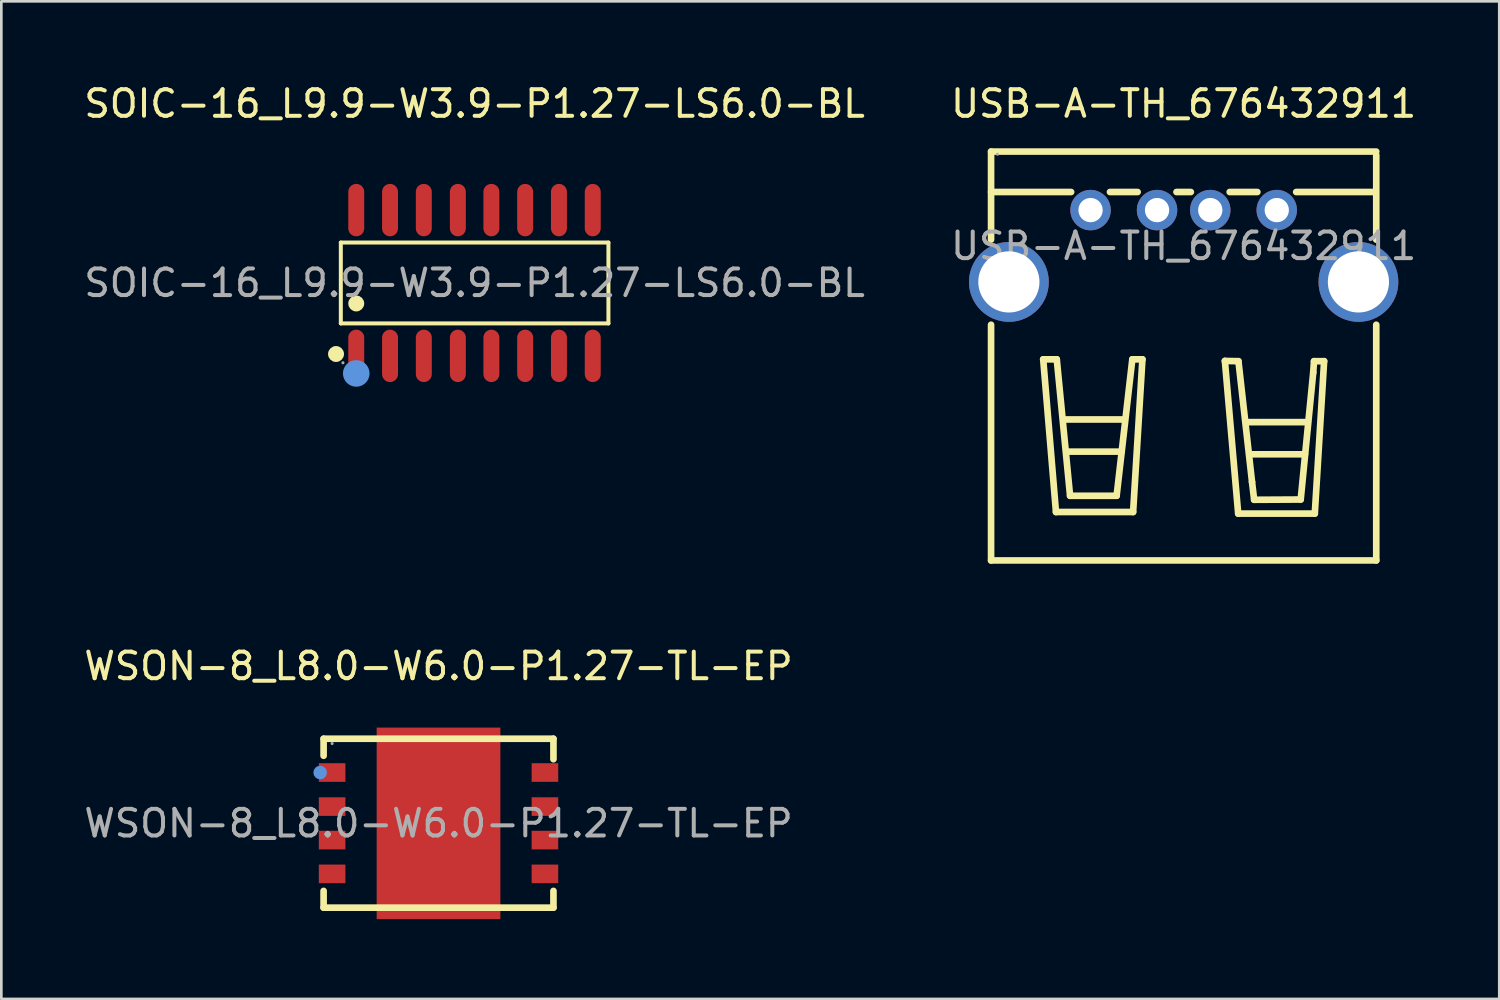
<source format=kicad_pcb>
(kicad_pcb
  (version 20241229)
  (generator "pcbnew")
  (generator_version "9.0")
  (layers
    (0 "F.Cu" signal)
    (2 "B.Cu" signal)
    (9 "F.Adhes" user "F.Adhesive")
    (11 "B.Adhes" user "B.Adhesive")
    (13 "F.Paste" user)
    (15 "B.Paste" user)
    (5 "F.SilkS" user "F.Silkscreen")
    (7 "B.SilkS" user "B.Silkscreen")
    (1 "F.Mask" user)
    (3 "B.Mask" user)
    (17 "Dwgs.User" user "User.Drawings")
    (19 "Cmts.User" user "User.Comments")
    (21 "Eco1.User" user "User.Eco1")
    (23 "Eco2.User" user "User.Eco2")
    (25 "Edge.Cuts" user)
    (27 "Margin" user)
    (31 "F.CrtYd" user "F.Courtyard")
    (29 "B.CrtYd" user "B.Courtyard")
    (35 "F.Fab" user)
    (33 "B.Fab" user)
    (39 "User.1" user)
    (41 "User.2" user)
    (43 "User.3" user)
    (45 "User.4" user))
  (footprint "SOIC-16_L9.9-W3.9-P1.27-LS6.0-BL"
    (layer "F.Cu")
    (at 14.792 7.588)
    (property "Reference" "SOIC-16_L9.9-W3.9-P1.27-LS6.0-BL" (at 0 -6.74 0) (layer "F.SilkS") (effects (font (size 1 1) (thickness 0.15))))
    (attr smd)
    (fp_line (start -5.03 -1.52) (end 5.03 -1.52) (stroke (width 0.15) (type solid)) (layer "F.SilkS"))
    (fp_line (start -5.03 1.52) (end -5.03 -1.52) (stroke (width 0.15) (type solid)) (layer "F.SilkS"))
    (fp_line (start 5.03 -1.52) (end 5.03 1.52) (stroke (width 0.15) (type solid)) (layer "F.SilkS"))
    (fp_line (start 5.03 1.52) (end -5.03 1.52) (stroke (width 0.15) (type solid)) (layer "F.SilkS"))
    (fp_circle (center -5.21 2.67) (end -5.06 2.67) (stroke (width 0.3) (type solid)) (fill no) (layer "F.SilkS"))
    (fp_circle (center -4.45 0.77) (end -4.3 0.77) (stroke (width 0.3) (type solid)) (fill no) (layer "F.SilkS"))
    (fp_circle (center -4.45 3.4) (end -4.2 3.4) (stroke (width 0.5) (type solid)) (fill no) (layer "Cmts.User"))
    (fp_circle (center -4.95 3) (end -4.92 3) (stroke (width 0.06) (type solid)) (fill no) (layer "F.Fab"))
    (fp_text user "${REFERENCE}" (at 0 0 0) (layer "F.Fab") (effects (font (size 1 1) (thickness 0.15))))
    (pad "1" smd oval (at -4.45 2.74) (size 0.6 1.97) (layers "F.Cu" "F.Mask" "F.Paste"))
    (pad "2" smd oval (at -3.18 2.74) (size 0.6 1.97) (layers "F.Cu" "F.Mask" "F.Paste"))
    (pad "3" smd oval (at -1.91 2.74) (size 0.6 1.97) (layers "F.Cu" "F.Mask" "F.Paste"))
    (pad "4" smd oval (at -0.63 2.74) (size 0.6 1.97) (layers "F.Cu" "F.Mask" "F.Paste"))
    (pad "5" smd oval (at 0.63 2.74) (size 0.6 1.97) (layers "F.Cu" "F.Mask" "F.Paste"))
    (pad "6" smd oval (at 1.9 2.74) (size 0.6 1.97) (layers "F.Cu" "F.Mask" "F.Paste"))
    (pad "7" smd oval (at 3.17 2.74) (size 0.6 1.97) (layers "F.Cu" "F.Mask" "F.Paste"))
    (pad "8" smd oval (at 4.44 2.74) (size 0.6 1.97) (layers "F.Cu" "F.Mask" "F.Paste"))
    (pad "9" smd oval (at 4.44 -2.74) (size 0.6 1.97) (layers "F.Cu" "F.Mask" "F.Paste"))
    (pad "10" smd oval (at 3.17 -2.74) (size 0.6 1.97) (layers "F.Cu" "F.Mask" "F.Paste"))
    (pad "11" smd oval (at 1.9 -2.74) (size 0.6 1.97) (layers "F.Cu" "F.Mask" "F.Paste"))
    (pad "12" smd oval (at 0.63 -2.74) (size 0.6 1.97) (layers "F.Cu" "F.Mask" "F.Paste"))
    (pad "13" smd oval (at -0.63 -2.74) (size 0.6 1.97) (layers "F.Cu" "F.Mask" "F.Paste"))
    (pad "14" smd oval (at -1.91 -2.74) (size 0.6 1.97) (layers "F.Cu" "F.Mask" "F.Paste"))
    (pad "15" smd oval (at -3.18 -2.74) (size 0.6 1.97) (layers "F.Cu" "F.Mask" "F.Paste"))
    (pad "16" smd oval (at -4.45 -2.74) (size 0.6 1.97) (layers "F.Cu" "F.Mask" "F.Paste")))
  (footprint "USB-A-TH_676432911"
    (layer "F.Cu")
    (at 41.446 6.198)
    (property "Reference" "USB-A-TH_676432911" (at 0 -5.35 0) (layer "F.SilkS") (effects (font (size 1 1) (thickness 0.15))))
    (attr through_hole)
    (fp_line (start -7.24 -3.55) (end -7.24 -0.24) (stroke (width 0.25) (type solid)) (layer "F.SilkS"))
    (fp_line (start -7.24 -3.55) (end 7.24 -3.55) (stroke (width 0.25) (type solid)) (layer "F.SilkS"))
    (fp_line (start -7.24 -2.03) (end -4.23 -2.03) (stroke (width 0.25) (type solid)) (layer "F.SilkS"))
    (fp_line (start -7.24 2.96) (end -7.24 11.82) (stroke (width 0.25) (type solid)) (layer "F.SilkS"))
    (fp_line (start -7.24 11.82) (end 7.24 11.82) (stroke (width 0.25) (type solid)) (layer "F.SilkS"))
    (fp_line (start -5.28 4.26) (end -4.77 4.26) (stroke (width 0.25) (type solid)) (layer "F.SilkS"))
    (fp_line (start -4.8 10) (end -5.28 4.26) (stroke (width 0.25) (type solid)) (layer "F.SilkS"))
    (fp_line (start -4.77 4.26) (end -4.27 9.39) (stroke (width 0.25) (type solid)) (layer "F.SilkS"))
    (fp_line (start -4.5 6.52) (end -2.24 6.52) (stroke (width 0.25) (type solid)) (layer "F.SilkS"))
    (fp_line (start -4.36 7.73) (end -2.33 7.73) (stroke (width 0.25) (type solid)) (layer "F.SilkS"))
    (fp_line (start -4.27 9.39) (end -2.52 9.39) (stroke (width 0.25) (type solid)) (layer "F.SilkS"))
    (fp_line (start -2.77 -2.03) (end -1.73 -2.03) (stroke (width 0.25) (type solid)) (layer "F.SilkS"))
    (fp_line (start -2.52 9.39) (end -1.93 4.26) (stroke (width 0.25) (type solid)) (layer "F.SilkS"))
    (fp_line (start -1.93 4.26) (end -1.55 4.26) (stroke (width 0.25) (type solid)) (layer "F.SilkS"))
    (fp_line (start -1.9 10) (end -4.8 10) (stroke (width 0.25) (type solid)) (layer "F.SilkS"))
    (fp_line (start -1.55 4.26) (end -1.9 10) (stroke (width 0.25) (type solid)) (layer "F.SilkS"))
    (fp_line (start -0.27 -2.03) (end 0.27 -2.03) (stroke (width 0.25) (type solid)) (layer "F.SilkS"))
    (fp_line (start 1.55 4.32) (end 2.06 4.33) (stroke (width 0.25) (type solid)) (layer "F.SilkS"))
    (fp_line (start 1.73 -2.03) (end 2.77 -2.03) (stroke (width 0.25) (type solid)) (layer "F.SilkS"))
    (fp_line (start 2.05 10.06) (end 1.55 4.32) (stroke (width 0.25) (type solid)) (layer "F.SilkS"))
    (fp_line (start 2.06 4.33) (end 2.57 8.87) (stroke (width 0.25) (type solid)) (layer "F.SilkS"))
    (fp_line (start 2.39 6.62) (end 4.65 6.62) (stroke (width 0.25) (type solid)) (layer "F.SilkS"))
    (fp_line (start 2.53 7.83) (end 4.56 7.83) (stroke (width 0.25) (type solid)) (layer "F.SilkS"))
    (fp_line (start 2.57 8.87) (end 2.65 9.54) (stroke (width 0.25) (type solid)) (layer "F.SilkS"))
    (fp_line (start 2.65 9.54) (end 4.4 9.53) (stroke (width 0.25) (type solid)) (layer "F.SilkS"))
    (fp_line (start 4.23 -2.03) (end 7.11 -2.03) (stroke (width 0.25) (type solid)) (layer "F.SilkS"))
    (fp_line (start 4.4 9.53) (end 4.87 4.76) (stroke (width 0.25) (type solid)) (layer "F.SilkS"))
    (fp_line (start 4.87 4.76) (end 4.9 4.33) (stroke (width 0.25) (type solid)) (layer "F.SilkS"))
    (fp_line (start 4.9 4.33) (end 5.28 4.33) (stroke (width 0.25) (type solid)) (layer "F.SilkS"))
    (fp_line (start 4.93 10.06) (end 2.05 10.06) (stroke (width 0.25) (type solid)) (layer "F.SilkS"))
    (fp_line (start 5.28 4.33) (end 4.93 10.06) (stroke (width 0.25) (type solid)) (layer "F.SilkS"))
    (fp_line (start 7.24 -0.24) (end 7.24 -3.42) (stroke (width 0.25) (type solid)) (layer "F.SilkS"))
    (fp_line (start 7.24 11.82) (end 7.24 2.96) (stroke (width 0.25) (type solid)) (layer "F.SilkS"))
    (fp_circle (center -7 -3.45) (end -6.97 -3.45) (stroke (width 0.06) (type solid)) (fill no) (layer "F.Fab"))
    (fp_text user "${REFERENCE}" (at 0 0 0) (layer "F.Fab") (effects (font (size 1 1) (thickness 0.15))))
    (pad "1" thru_hole circle (at -3.5 -1.35) (size 1.52 1.52) (drill 0.914) (layers "*.Cu" "*.Mask"))
    (pad "2" thru_hole circle (at -1 -1.35) (size 1.52 1.52) (drill 0.914) (layers "*.Cu" "*.Mask"))
    (pad "3" thru_hole circle (at 1 -1.35) (size 1.52 1.52) (drill 0.914) (layers "*.Cu" "*.Mask"))
    (pad "4" thru_hole circle (at 3.5 -1.35) (size 1.52 1.52) (drill 0.914) (layers "*.Cu" "*.Mask"))
    (pad "5" thru_hole circle (at -6.57 1.35) (size 3 3) (drill 2.3) (layers "*.Cu" "*.Mask"))
    (pad "5" thru_hole circle (at 6.57 1.35) (size 3 3) (drill 2.3) (layers "*.Cu" "*.Mask")))
  (footprint "WSON-8_L8.0-W6.0-P1.27-TL-EP"
    (layer "F.Cu")
    (at 13.435 27.901)
    (property "Reference" "WSON-8_L8.0-W6.0-P1.27-TL-EP" (at 0 -5.91 0) (layer "F.SilkS") (effects (font (size 1 1) (thickness 0.15))))
    (attr smd)
    (fp_line (start -4.32 -3.18) (end 4.32 -3.18) (stroke (width 0.25) (type solid)) (layer "F.SilkS"))
    (fp_line (start -4.32 -2.54) (end -4.32 -3.18) (stroke (width 0.25) (type solid)) (layer "F.SilkS"))
    (fp_line (start -4.32 2.54) (end -4.32 3.17) (stroke (width 0.25) (type solid)) (layer "F.SilkS"))
    (fp_line (start -4.32 3.17) (end 4.32 3.17) (stroke (width 0.25) (type solid)) (layer "F.SilkS"))
    (fp_line (start 4.32 -3.18) (end 4.32 -2.41) (stroke (width 0.25) (type solid)) (layer "F.SilkS"))
    (fp_line (start 4.32 3.17) (end 4.32 2.54) (stroke (width 0.25) (type solid)) (layer "F.SilkS"))
    (fp_circle (center -4.45 -1.91) (end -4.32 -1.91) (stroke (width 0.25) (type solid)) (fill no) (layer "Cmts.User"))
    (fp_circle (center -4 -3) (end -3.97 -3) (stroke (width 0.06) (type solid)) (fill no) (layer "F.Fab"))
    (fp_text user "${REFERENCE}" (at 0 0 0) (layer "F.Fab") (effects (font (size 1 1) (thickness 0.15))))
    (pad "1" smd rect (at -4 -1.91 270) (size 0.7 1) (layers "F.Cu" "F.Mask" "F.Paste"))
    (pad "2" smd rect (at -4 -0.63 270) (size 0.7 1) (layers "F.Cu" "F.Mask" "F.Paste"))
    (pad "3" smd rect (at -4 0.63 270) (size 0.7 1) (layers "F.Cu" "F.Mask" "F.Paste"))
    (pad "4" smd rect (at -4 1.9 270) (size 0.7 1) (layers "F.Cu" "F.Mask" "F.Paste"))
    (pad "5" smd rect (at 4 1.9 90) (size 0.7 1) (layers "F.Cu" "F.Mask" "F.Paste"))
    (pad "6" smd rect (at 4 0.63 90) (size 0.7 1) (layers "F.Cu" "F.Mask" "F.Paste"))
    (pad "7" smd rect (at 4 -0.63 90) (size 0.7 1) (layers "F.Cu" "F.Mask" "F.Paste"))
    (pad "8" smd rect (at 4 -1.91 90) (size 0.7 1) (layers "F.Cu" "F.Mask" "F.Paste"))
    (pad "9" smd rect (at 0 0 90) (size 7.2 4.65) (layers "F.Cu" "F.Mask" "F.Paste")))
  (gr_rect
    (start -3 -3)
    (end 53.31 34.502)
    (stroke (width 0.1) (type default))
    (fill no)
    (layer "Edge.Cuts")))
</source>
